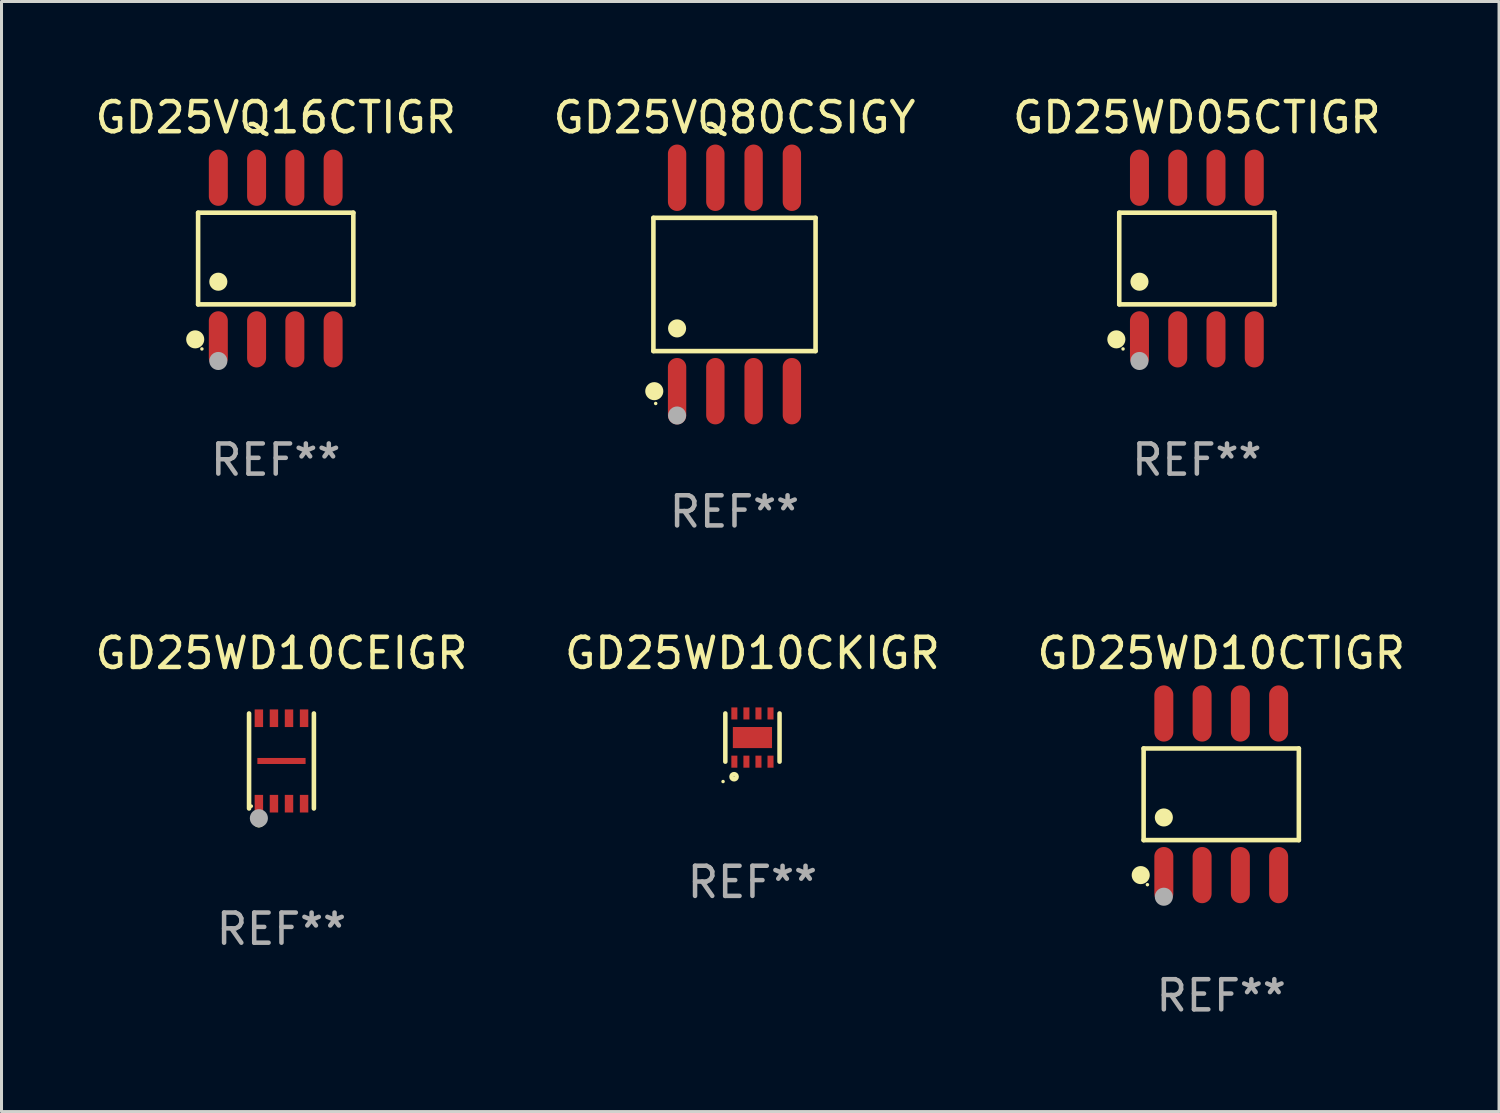
<source format=kicad_pcb>
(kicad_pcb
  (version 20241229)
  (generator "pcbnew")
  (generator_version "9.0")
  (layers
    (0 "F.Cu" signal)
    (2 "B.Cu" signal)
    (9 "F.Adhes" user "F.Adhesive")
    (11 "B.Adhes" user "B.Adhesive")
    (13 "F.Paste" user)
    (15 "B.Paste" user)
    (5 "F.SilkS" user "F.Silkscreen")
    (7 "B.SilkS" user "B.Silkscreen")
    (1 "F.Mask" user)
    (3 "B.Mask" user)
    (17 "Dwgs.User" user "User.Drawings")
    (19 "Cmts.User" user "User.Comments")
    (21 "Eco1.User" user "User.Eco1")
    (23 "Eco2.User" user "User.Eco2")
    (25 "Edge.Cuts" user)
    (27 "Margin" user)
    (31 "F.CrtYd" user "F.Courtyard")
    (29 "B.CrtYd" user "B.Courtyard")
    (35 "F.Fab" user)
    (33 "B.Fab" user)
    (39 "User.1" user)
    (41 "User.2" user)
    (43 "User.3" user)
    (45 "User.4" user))
  (footprint "GD25WD10CTIGR"
    (layer "F.Cu")
    (at 37.482 23.312)
    (property "Reference" "GD25WD10CTIGR" (at 0 -4.682 0) (layer "F.SilkS") (effects (font (size 1 1) (thickness 0.15))))
    (attr through_hole)
    (fp_line (start -2.576 -1.521) (end 2.576 -1.521) (stroke (width 0.152) (type solid)) (layer "F.SilkS"))
    (fp_line (start -2.576 1.521) (end -2.576 -1.521) (stroke (width 0.152) (type solid)) (layer "F.SilkS"))
    (fp_line (start 2.576 -1.521) (end 2.576 1.521) (stroke (width 0.152) (type solid)) (layer "F.SilkS"))
    (fp_line (start 2.576 1.521) (end -2.576 1.521) (stroke (width 0.152) (type solid)) (layer "F.SilkS"))
    (fp_circle (center -2.672 2.682) (end -2.522 2.682) (stroke (width 0.3) (type solid)) (fill no) (layer "F.SilkS"))
    (fp_circle (center -2.45 3) (end -2.42 3) (stroke (width 0.06) (type solid)) (fill no) (layer "F.SilkS"))
    (fp_circle (center -1.905 0.769) (end -1.755 0.769) (stroke (width 0.3) (type solid)) (fill no) (layer "F.SilkS"))
    (fp_circle (center -1.905 3.4) (end -1.755 3.4) (stroke (width 0.3) (type solid)) (fill no) (layer "F.Fab"))
    (fp_text user "REF**" (at 0 6.682 0) (layer "F.Fab") (effects (font (size 1 1) (thickness 0.15))))
    (pad "1" smd oval (at -1.905 2.682) (size 0.63 1.865) (layers "F.Cu" "F.Mask" "F.Paste"))
    (pad "2" smd oval (at -0.635 2.682) (size 0.63 1.865) (layers "F.Cu" "F.Mask" "F.Paste"))
    (pad "3" smd oval (at 0.635 2.682) (size 0.63 1.865) (layers "F.Cu" "F.Mask" "F.Paste"))
    (pad "4" smd oval (at 1.905 2.682) (size 0.63 1.865) (layers "F.Cu" "F.Mask" "F.Paste"))
    (pad "5" smd oval (at 1.905 -2.682) (size 0.63 1.865) (layers "F.Cu" "F.Mask" "F.Paste"))
    (pad "6" smd oval (at 0.635 -2.682) (size 0.63 1.865) (layers "F.Cu" "F.Mask" "F.Paste"))
    (pad "7" smd oval (at -0.635 -2.682) (size 0.63 1.865) (layers "F.Cu" "F.Mask" "F.Paste"))
    (pad "8" smd oval (at -1.905 -2.682) (size 0.63 1.865) (layers "F.Cu" "F.Mask" "F.Paste")))
  (footprint "GD25VQ80CSIGY"
    (layer "F.Cu")
    (at 21.327 6.391)
    (property "Reference" "GD25VQ80CSIGY" (at 0 -5.542 0) (layer "F.SilkS") (effects (font (size 1 1) (thickness 0.15))))
    (attr through_hole)
    (fp_line (start -2.691 -2.211) (end 2.691 -2.211) (stroke (width 0.152) (type solid)) (layer "F.SilkS"))
    (fp_line (start -2.691 2.211) (end -2.691 -2.211) (stroke (width 0.152) (type solid)) (layer "F.SilkS"))
    (fp_line (start 2.691 -2.211) (end 2.691 2.211) (stroke (width 0.152) (type solid)) (layer "F.SilkS"))
    (fp_line (start 2.691 2.211) (end -2.691 2.211) (stroke (width 0.152) (type solid)) (layer "F.SilkS"))
    (fp_circle (center -2.662 3.542) (end -2.512 3.542) (stroke (width 0.3) (type solid)) (fill no) (layer "F.SilkS"))
    (fp_circle (center -2.615 3.95) (end -2.585 3.95) (stroke (width 0.06) (type solid)) (fill no) (layer "F.SilkS"))
    (fp_circle (center -1.905 1.459) (end -1.755 1.459) (stroke (width 0.3) (type solid)) (fill no) (layer "F.SilkS"))
    (fp_circle (center -1.905 4.35) (end -1.755 4.35) (stroke (width 0.3) (type solid)) (fill no) (layer "F.Fab"))
    (fp_text user "REF**" (at 0 7.542 0) (layer "F.Fab") (effects (font (size 1 1) (thickness 0.15))))
    (pad "1" smd oval (at -1.905 3.542) (size 0.609 2.204) (layers "F.Cu" "F.Mask" "F.Paste"))
    (pad "2" smd oval (at -0.635 3.542) (size 0.609 2.204) (layers "F.Cu" "F.Mask" "F.Paste"))
    (pad "3" smd oval (at 0.635 3.542) (size 0.609 2.204) (layers "F.Cu" "F.Mask" "F.Paste"))
    (pad "4" smd oval (at 1.905 3.542) (size 0.609 2.204) (layers "F.Cu" "F.Mask" "F.Paste"))
    (pad "5" smd oval (at 1.905 -3.542) (size 0.609 2.204) (layers "F.Cu" "F.Mask" "F.Paste"))
    (pad "6" smd oval (at 0.635 -3.542) (size 0.609 2.204) (layers "F.Cu" "F.Mask" "F.Paste"))
    (pad "7" smd oval (at -0.635 -3.542) (size 0.609 2.204) (layers "F.Cu" "F.Mask" "F.Paste"))
    (pad "8" smd oval (at -1.905 -3.542) (size 0.609 2.204) (layers "F.Cu" "F.Mask" "F.Paste")))
  (footprint "GD25WD10CEIGR"
    (layer "F.Cu")
    (at 6.292 22.206)
    (property "Reference" "GD25WD10CEIGR" (at 0 -3.576 0) (layer "F.SilkS") (effects (font (size 1 1) (thickness 0.15))))
    (attr through_hole)
    (fp_line (start -1.076 1.576) (end -1.076 -1.576) (stroke (width 0.152) (type solid)) (layer "F.SilkS"))
    (fp_line (start 1.076 -1.576) (end 1.076 1.576) (stroke (width 0.152) (type solid)) (layer "F.SilkS"))
    (fp_circle (center -1 1.5) (end -0.97 1.5) (stroke (width 0.06) (type solid)) (fill no) (layer "F.SilkS"))
    (fp_circle (center -0.75 2.01) (end -0.65 2.01) (stroke (width 0.2) (type solid)) (fill no) (layer "F.SilkS"))
    (fp_circle (center -0.75 1.9) (end -0.6 1.9) (stroke (width 0.3) (type solid)) (fill no) (layer "F.Fab"))
    (fp_text user "REF**" (at 0 5.576 0) (layer "F.Fab") (effects (font (size 1 1) (thickness 0.15))))
    (pad "1" smd rect (at -0.75 1.418) (size 0.28 0.585) (layers "F.Cu" "F.Mask" "F.Paste"))
    (pad "2" smd rect (at -0.25 1.418) (size 0.28 0.585) (layers "F.Cu" "F.Mask" "F.Paste"))
    (pad "3" smd rect (at 0.25 1.418) (size 0.28 0.585) (layers "F.Cu" "F.Mask" "F.Paste"))
    (pad "4" smd rect (at 0.75 1.418) (size 0.28 0.585) (layers "F.Cu" "F.Mask" "F.Paste"))
    (pad "5" smd rect (at 0.75 -1.418) (size 0.28 0.585) (layers "F.Cu" "F.Mask" "F.Paste"))
    (pad "6" smd rect (at 0.25 -1.418) (size 0.28 0.585) (layers "F.Cu" "F.Mask" "F.Paste"))
    (pad "7" smd rect (at -0.25 -1.418) (size 0.28 0.585) (layers "F.Cu" "F.Mask" "F.Paste"))
    (pad "8" smd rect (at -0.75 -1.418) (size 0.28 0.585) (layers "F.Cu" "F.Mask" "F.Paste"))
    (pad "9" smd rect (at 0 0) (size 1.6 0.2) (layers "F.Cu" "F.Mask" "F.Paste")))
  (footprint "GD25WD10CKIGR"
    (layer "F.Cu")
    (at 21.923 21.429)
    (property "Reference" "GD25WD10CKIGR" (at 0 -2.8 0) (layer "F.SilkS") (effects (font (size 1 1) (thickness 0.15))))
    (attr through_hole)
    (fp_line (start -0.9 -0.8) (end -0.9 0.8) (stroke (width 0.15) (type solid)) (layer "F.SilkS"))
    (fp_line (start 0.9 -0.8) (end 0.9 0.8) (stroke (width 0.15) (type solid)) (layer "F.SilkS"))
    (fp_circle (center -0.975 1.46) (end -0.945 1.46) (stroke (width 0.06) (type solid)) (fill no) (layer "F.SilkS"))
    (fp_circle (center -0.61 1.3) (end -0.525 1.3) (stroke (width 0.15) (type solid)) (fill no) (layer "F.SilkS"))
    (fp_text user "REF**" (at 0 4.8 0) (layer "F.Fab") (effects (font (size 1 1) (thickness 0.15))))
    (pad "1" smd rect (at -0.6 0.8) (size 0.2 0.4) (layers "F.Cu" "F.Mask" "F.Paste"))
    (pad "2" smd rect (at -0.2 0.8) (size 0.2 0.4) (layers "F.Cu" "F.Mask" "F.Paste"))
    (pad "3" smd rect (at 0.2 0.8) (size 0.2 0.4) (layers "F.Cu" "F.Mask" "F.Paste"))
    (pad "4" smd rect (at 0.6 0.8) (size 0.2 0.4) (layers "F.Cu" "F.Mask" "F.Paste"))
    (pad "5" smd rect (at 0.6 -0.8) (size 0.2 0.4) (layers "F.Cu" "F.Mask" "F.Paste"))
    (pad "6" smd rect (at 0.2 -0.8) (size 0.2 0.4) (layers "F.Cu" "F.Mask" "F.Paste"))
    (pad "7" smd rect (at -0.2 -0.8) (size 0.2 0.4) (layers "F.Cu" "F.Mask" "F.Paste"))
    (pad "8" smd rect (at -0.6 -0.8) (size 0.2 0.4) (layers "F.Cu" "F.Mask" "F.Paste"))
    (pad "9" smd rect (at 0 0 90) (size 0.7 1.3) (layers "F.Cu" "F.Mask" "F.Paste")))
  (footprint "GD25VQ16CTIGR"
    (layer "F.Cu")
    (at 6.101 5.531)
    (property "Reference" "GD25VQ16CTIGR" (at 0 -4.682 0) (layer "F.SilkS") (effects (font (size 1 1) (thickness 0.15))))
    (attr through_hole)
    (fp_line (start -2.576 -1.521) (end 2.576 -1.521) (stroke (width 0.152) (type solid)) (layer "F.SilkS"))
    (fp_line (start -2.576 1.521) (end -2.576 -1.521) (stroke (width 0.152) (type solid)) (layer "F.SilkS"))
    (fp_line (start 2.576 -1.521) (end 2.576 1.521) (stroke (width 0.152) (type solid)) (layer "F.SilkS"))
    (fp_line (start 2.576 1.521) (end -2.576 1.521) (stroke (width 0.152) (type solid)) (layer "F.SilkS"))
    (fp_circle (center -2.672 2.682) (end -2.522 2.682) (stroke (width 0.3) (type solid)) (fill no) (layer "F.SilkS"))
    (fp_circle (center -2.45 3) (end -2.42 3) (stroke (width 0.06) (type solid)) (fill no) (layer "F.SilkS"))
    (fp_circle (center -1.905 0.769) (end -1.755 0.769) (stroke (width 0.3) (type solid)) (fill no) (layer "F.SilkS"))
    (fp_circle (center -1.905 3.4) (end -1.755 3.4) (stroke (width 0.3) (type solid)) (fill no) (layer "F.Fab"))
    (fp_text user "REF**" (at 0 6.682 0) (layer "F.Fab") (effects (font (size 1 1) (thickness 0.15))))
    (pad "1" smd oval (at -1.905 2.682) (size 0.63 1.865) (layers "F.Cu" "F.Mask" "F.Paste"))
    (pad "2" smd oval (at -0.635 2.682) (size 0.63 1.865) (layers "F.Cu" "F.Mask" "F.Paste"))
    (pad "3" smd oval (at 0.635 2.682) (size 0.63 1.865) (layers "F.Cu" "F.Mask" "F.Paste"))
    (pad "4" smd oval (at 1.905 2.682) (size 0.63 1.865) (layers "F.Cu" "F.Mask" "F.Paste"))
    (pad "5" smd oval (at 1.905 -2.682) (size 0.63 1.865) (layers "F.Cu" "F.Mask" "F.Paste"))
    (pad "6" smd oval (at 0.635 -2.682) (size 0.63 1.865) (layers "F.Cu" "F.Mask" "F.Paste"))
    (pad "7" smd oval (at -0.635 -2.682) (size 0.63 1.865) (layers "F.Cu" "F.Mask" "F.Paste"))
    (pad "8" smd oval (at -1.905 -2.682) (size 0.63 1.865) (layers "F.Cu" "F.Mask" "F.Paste")))
  (footprint "GD25WD05CTIGR"
    (layer "F.Cu")
    (at 36.673 5.531)
    (property "Reference" "GD25WD05CTIGR" (at 0 -4.682 0) (layer "F.SilkS") (effects (font (size 1 1) (thickness 0.15))))
    (attr through_hole)
    (fp_line (start -2.576 -1.521) (end 2.576 -1.521) (stroke (width 0.152) (type solid)) (layer "F.SilkS"))
    (fp_line (start -2.576 1.521) (end -2.576 -1.521) (stroke (width 0.152) (type solid)) (layer "F.SilkS"))
    (fp_line (start 2.576 -1.521) (end 2.576 1.521) (stroke (width 0.152) (type solid)) (layer "F.SilkS"))
    (fp_line (start 2.576 1.521) (end -2.576 1.521) (stroke (width 0.152) (type solid)) (layer "F.SilkS"))
    (fp_circle (center -2.672 2.682) (end -2.522 2.682) (stroke (width 0.3) (type solid)) (fill no) (layer "F.SilkS"))
    (fp_circle (center -2.45 3) (end -2.42 3) (stroke (width 0.06) (type solid)) (fill no) (layer "F.SilkS"))
    (fp_circle (center -1.905 0.769) (end -1.755 0.769) (stroke (width 0.3) (type solid)) (fill no) (layer "F.SilkS"))
    (fp_circle (center -1.905 3.4) (end -1.755 3.4) (stroke (width 0.3) (type solid)) (fill no) (layer "F.Fab"))
    (fp_text user "REF**" (at 0 6.682 0) (layer "F.Fab") (effects (font (size 1 1) (thickness 0.15))))
    (pad "1" smd oval (at -1.905 2.682) (size 0.63 1.865) (layers "F.Cu" "F.Mask" "F.Paste"))
    (pad "2" smd oval (at -0.635 2.682) (size 0.63 1.865) (layers "F.Cu" "F.Mask" "F.Paste"))
    (pad "3" smd oval (at 0.635 2.682) (size 0.63 1.865) (layers "F.Cu" "F.Mask" "F.Paste"))
    (pad "4" smd oval (at 1.905 2.682) (size 0.63 1.865) (layers "F.Cu" "F.Mask" "F.Paste"))
    (pad "5" smd oval (at 1.905 -2.682) (size 0.63 1.865) (layers "F.Cu" "F.Mask" "F.Paste"))
    (pad "6" smd oval (at 0.635 -2.682) (size 0.63 1.865) (layers "F.Cu" "F.Mask" "F.Paste"))
    (pad "7" smd oval (at -0.635 -2.682) (size 0.63 1.865) (layers "F.Cu" "F.Mask" "F.Paste"))
    (pad "8" smd oval (at -1.905 -2.682) (size 0.63 1.865) (layers "F.Cu" "F.Mask" "F.Paste")))
  (gr_rect
    (start -3 -3)
    (end 46.702 33.843)
    (stroke (width 0.1) (type default))
    (fill no)
    (layer "Edge.Cuts")))
</source>
